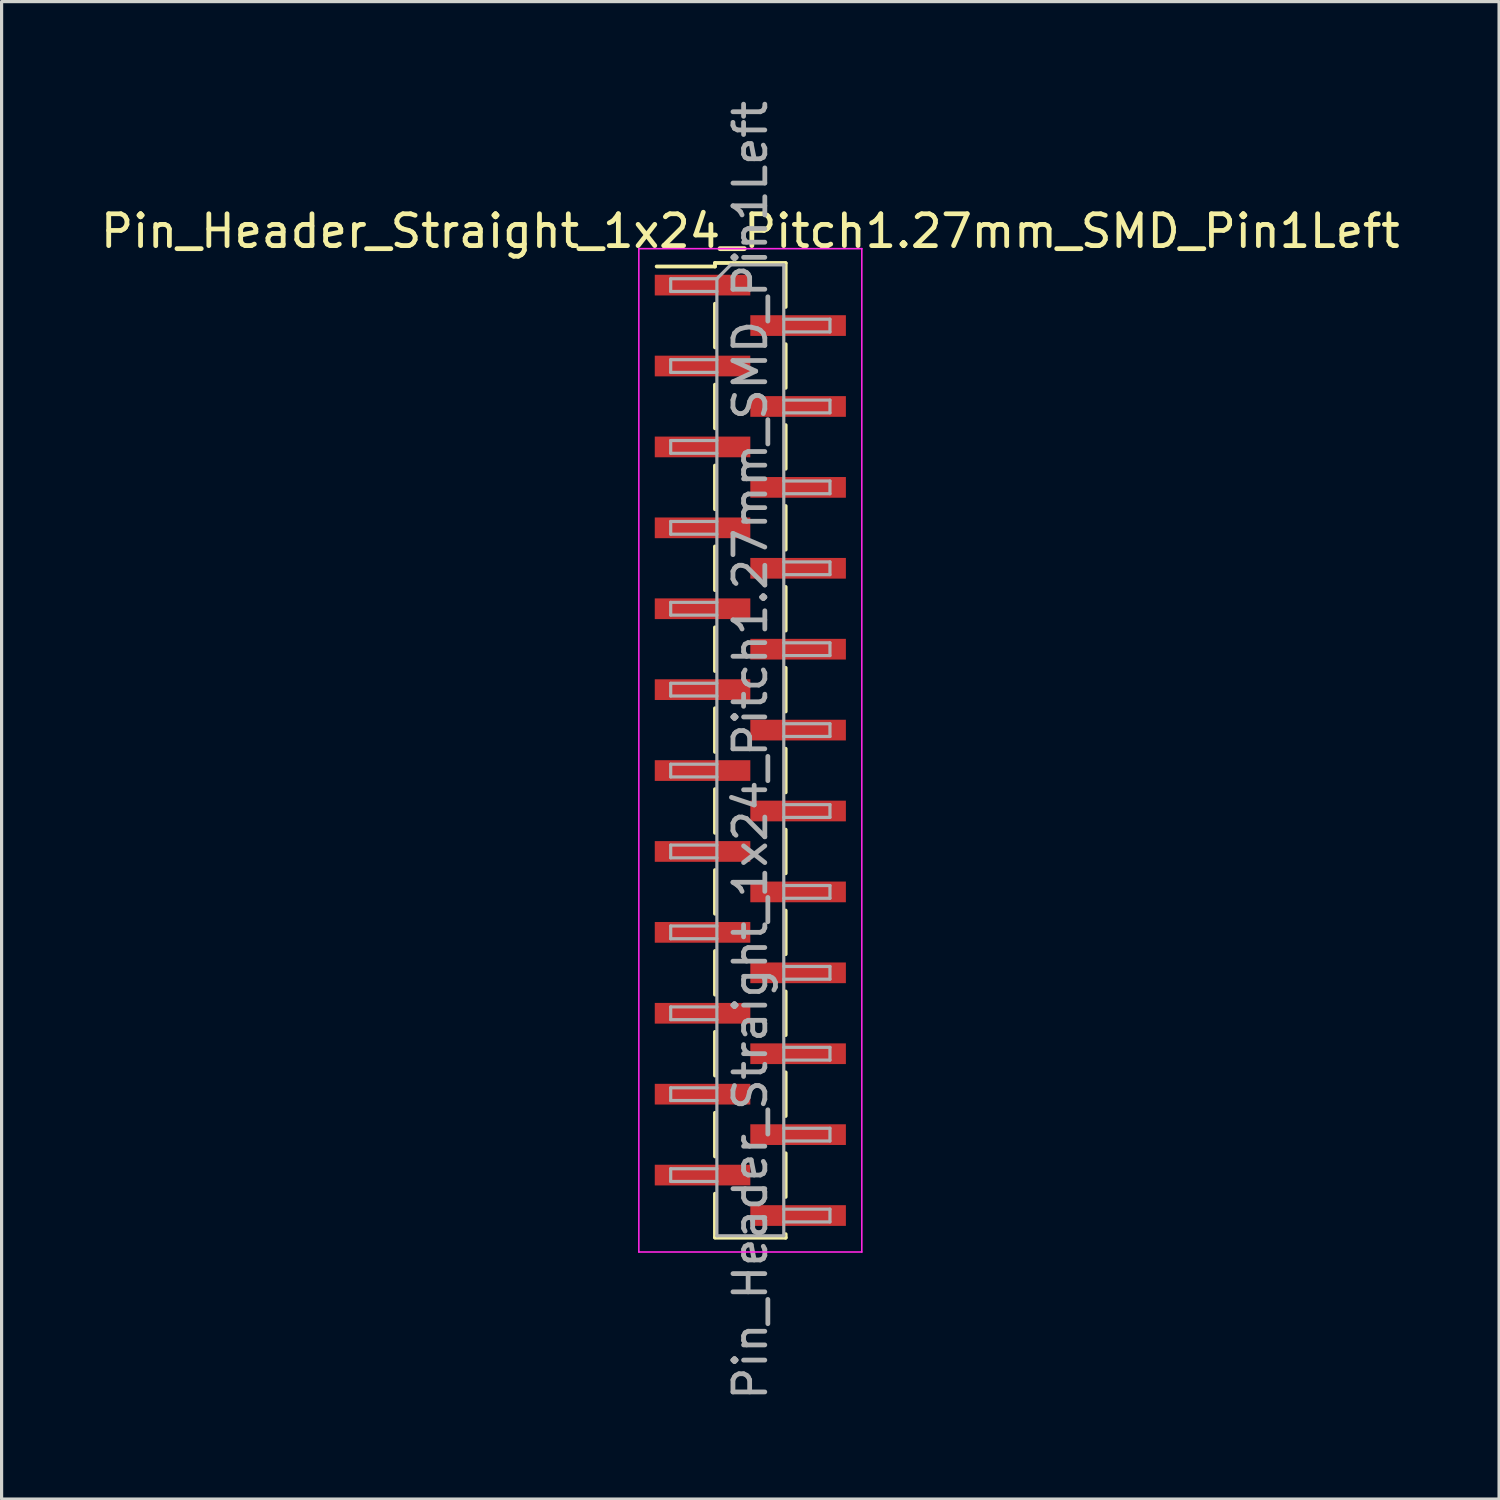
<source format=kicad_pcb>
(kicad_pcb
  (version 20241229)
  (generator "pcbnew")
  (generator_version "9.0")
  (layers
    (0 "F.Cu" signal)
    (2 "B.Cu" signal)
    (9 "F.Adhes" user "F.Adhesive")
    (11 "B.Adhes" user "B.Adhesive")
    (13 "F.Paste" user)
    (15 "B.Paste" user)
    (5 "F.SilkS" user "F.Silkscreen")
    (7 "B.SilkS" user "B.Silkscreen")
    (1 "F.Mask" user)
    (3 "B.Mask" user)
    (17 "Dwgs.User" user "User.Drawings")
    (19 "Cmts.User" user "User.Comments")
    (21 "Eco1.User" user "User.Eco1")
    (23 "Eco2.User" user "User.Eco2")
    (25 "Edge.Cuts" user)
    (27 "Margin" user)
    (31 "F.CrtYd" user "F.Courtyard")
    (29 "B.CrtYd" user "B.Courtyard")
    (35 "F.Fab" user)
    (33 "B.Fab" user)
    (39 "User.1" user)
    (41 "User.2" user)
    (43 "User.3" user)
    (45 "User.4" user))
  (footprint "Pin_Header_Straight_1x24_Pitch1.27mm_SMD_Pin1Left"
    (layer "F.Cu")
    (at 20.506 20.506)
    (property "Reference" "Pin_Header_Straight_1x24_Pitch1.27mm_SMD_Pin1Left" (at 0 -16.3 0) (layer "F.SilkS") (effects (font (size 1 1) (thickness 0.15))))
    (attr smd)
    (fp_line (start -1.11 -15.3) (end -1.11 -15.19) (stroke (width 0.12) (type solid)) (layer "F.SilkS"))
    (fp_line (start -1.11 -15.3) (end 1.11 -15.3) (stroke (width 0.12) (type solid)) (layer "F.SilkS"))
    (fp_line (start -1.11 -15.19) (end -2.94 -15.19) (stroke (width 0.12) (type solid)) (layer "F.SilkS"))
    (fp_line (start -1.11 -14.02) (end -1.11 -12.65) (stroke (width 0.12) (type solid)) (layer "F.SilkS"))
    (fp_line (start -1.11 -11.48) (end -1.11 -10.11) (stroke (width 0.12) (type solid)) (layer "F.SilkS"))
    (fp_line (start -1.11 -8.94) (end -1.11 -7.57) (stroke (width 0.12) (type solid)) (layer "F.SilkS"))
    (fp_line (start -1.11 -6.4) (end -1.11 -5.03) (stroke (width 0.12) (type solid)) (layer "F.SilkS"))
    (fp_line (start -1.11 -3.86) (end -1.11 -2.49) (stroke (width 0.12) (type solid)) (layer "F.SilkS"))
    (fp_line (start -1.11 -1.32) (end -1.11 0.05) (stroke (width 0.12) (type solid)) (layer "F.SilkS"))
    (fp_line (start -1.11 1.22) (end -1.11 2.59) (stroke (width 0.12) (type solid)) (layer "F.SilkS"))
    (fp_line (start -1.11 3.76) (end -1.11 5.13) (stroke (width 0.12) (type solid)) (layer "F.SilkS"))
    (fp_line (start -1.11 6.3) (end -1.11 7.67) (stroke (width 0.12) (type solid)) (layer "F.SilkS"))
    (fp_line (start -1.11 8.84) (end -1.11 10.21) (stroke (width 0.12) (type solid)) (layer "F.SilkS"))
    (fp_line (start -1.11 11.38) (end -1.11 12.75) (stroke (width 0.12) (type solid)) (layer "F.SilkS"))
    (fp_line (start -1.11 13.92) (end -1.11 15.29) (stroke (width 0.12) (type solid)) (layer "F.SilkS"))
    (fp_line (start -1.11 15.3) (end 1.11 15.3) (stroke (width 0.12) (type solid)) (layer "F.SilkS"))
    (fp_line (start 1.11 -15.29) (end 1.11 -13.92) (stroke (width 0.12) (type solid)) (layer "F.SilkS"))
    (fp_line (start 1.11 -12.75) (end 1.11 -11.38) (stroke (width 0.12) (type solid)) (layer "F.SilkS"))
    (fp_line (start 1.11 -10.21) (end 1.11 -8.84) (stroke (width 0.12) (type solid)) (layer "F.SilkS"))
    (fp_line (start 1.11 -7.67) (end 1.11 -6.3) (stroke (width 0.12) (type solid)) (layer "F.SilkS"))
    (fp_line (start 1.11 -5.13) (end 1.11 -3.76) (stroke (width 0.12) (type solid)) (layer "F.SilkS"))
    (fp_line (start 1.11 -2.59) (end 1.11 -1.22) (stroke (width 0.12) (type solid)) (layer "F.SilkS"))
    (fp_line (start 1.11 -0.05) (end 1.11 1.32) (stroke (width 0.12) (type solid)) (layer "F.SilkS"))
    (fp_line (start 1.11 2.49) (end 1.11 3.86) (stroke (width 0.12) (type solid)) (layer "F.SilkS"))
    (fp_line (start 1.11 5.03) (end 1.11 6.4) (stroke (width 0.12) (type solid)) (layer "F.SilkS"))
    (fp_line (start 1.11 7.57) (end 1.11 8.94) (stroke (width 0.12) (type solid)) (layer "F.SilkS"))
    (fp_line (start 1.11 10.11) (end 1.11 11.48) (stroke (width 0.12) (type solid)) (layer "F.SilkS"))
    (fp_line (start 1.11 12.65) (end 1.11 14.02) (stroke (width 0.12) (type solid)) (layer "F.SilkS"))
    (fp_line (start 1.11 15.19) (end 1.11 15.3) (stroke (width 0.12) (type solid)) (layer "F.SilkS"))
    (fp_line (start -3.5 -15.75) (end -3.5 15.75) (stroke (width 0.05) (type solid)) (layer "F.CrtYd"))
    (fp_line (start -3.5 15.75) (end 3.5 15.75) (stroke (width 0.05) (type solid)) (layer "F.CrtYd"))
    (fp_line (start 3.5 -15.75) (end -3.5 -15.75) (stroke (width 0.05) (type solid)) (layer "F.CrtYd"))
    (fp_line (start 3.5 15.75) (end 3.5 -15.75) (stroke (width 0.05) (type solid)) (layer "F.CrtYd"))
    (fp_line (start -2.5 -14.805) (end -2.5 -14.405) (stroke (width 0.1) (type solid)) (layer "F.Fab"))
    (fp_line (start -2.5 -14.405) (end -1.05 -14.405) (stroke (width 0.1) (type solid)) (layer "F.Fab"))
    (fp_line (start -2.5 -12.265) (end -2.5 -11.865) (stroke (width 0.1) (type solid)) (layer "F.Fab"))
    (fp_line (start -2.5 -11.865) (end -1.05 -11.865) (stroke (width 0.1) (type solid)) (layer "F.Fab"))
    (fp_line (start -2.5 -9.725) (end -2.5 -9.325) (stroke (width 0.1) (type solid)) (layer "F.Fab"))
    (fp_line (start -2.5 -9.325) (end -1.05 -9.325) (stroke (width 0.1) (type solid)) (layer "F.Fab"))
    (fp_line (start -2.5 -7.185) (end -2.5 -6.785) (stroke (width 0.1) (type solid)) (layer "F.Fab"))
    (fp_line (start -2.5 -6.785) (end -1.05 -6.785) (stroke (width 0.1) (type solid)) (layer "F.Fab"))
    (fp_line (start -2.5 -4.645) (end -2.5 -4.245) (stroke (width 0.1) (type solid)) (layer "F.Fab"))
    (fp_line (start -2.5 -4.245) (end -1.05 -4.245) (stroke (width 0.1) (type solid)) (layer "F.Fab"))
    (fp_line (start -2.5 -2.105) (end -2.5 -1.705) (stroke (width 0.1) (type solid)) (layer "F.Fab"))
    (fp_line (start -2.5 -1.705) (end -1.05 -1.705) (stroke (width 0.1) (type solid)) (layer "F.Fab"))
    (fp_line (start -2.5 0.435) (end -2.5 0.835) (stroke (width 0.1) (type solid)) (layer "F.Fab"))
    (fp_line (start -2.5 0.835) (end -1.05 0.835) (stroke (width 0.1) (type solid)) (layer "F.Fab"))
    (fp_line (start -2.5 2.975) (end -2.5 3.375) (stroke (width 0.1) (type solid)) (layer "F.Fab"))
    (fp_line (start -2.5 3.375) (end -1.05 3.375) (stroke (width 0.1) (type solid)) (layer "F.Fab"))
    (fp_line (start -2.5 5.515) (end -2.5 5.915) (stroke (width 0.1) (type solid)) (layer "F.Fab"))
    (fp_line (start -2.5 5.915) (end -1.05 5.915) (stroke (width 0.1) (type solid)) (layer "F.Fab"))
    (fp_line (start -2.5 8.055) (end -2.5 8.455) (stroke (width 0.1) (type solid)) (layer "F.Fab"))
    (fp_line (start -2.5 8.455) (end -1.05 8.455) (stroke (width 0.1) (type solid)) (layer "F.Fab"))
    (fp_line (start -2.5 10.595) (end -2.5 10.995) (stroke (width 0.1) (type solid)) (layer "F.Fab"))
    (fp_line (start -2.5 10.995) (end -1.05 10.995) (stroke (width 0.1) (type solid)) (layer "F.Fab"))
    (fp_line (start -2.5 13.135) (end -2.5 13.535) (stroke (width 0.1) (type solid)) (layer "F.Fab"))
    (fp_line (start -2.5 13.535) (end -1.05 13.535) (stroke (width 0.1) (type solid)) (layer "F.Fab"))
    (fp_line (start -1.05 -14.805) (end -2.5 -14.805) (stroke (width 0.1) (type solid)) (layer "F.Fab"))
    (fp_line (start -1.05 -14.805) (end -0.615 -15.24) (stroke (width 0.1) (type solid)) (layer "F.Fab"))
    (fp_line (start -1.05 -12.265) (end -2.5 -12.265) (stroke (width 0.1) (type solid)) (layer "F.Fab"))
    (fp_line (start -1.05 -9.725) (end -2.5 -9.725) (stroke (width 0.1) (type solid)) (layer "F.Fab"))
    (fp_line (start -1.05 -7.185) (end -2.5 -7.185) (stroke (width 0.1) (type solid)) (layer "F.Fab"))
    (fp_line (start -1.05 -4.645) (end -2.5 -4.645) (stroke (width 0.1) (type solid)) (layer "F.Fab"))
    (fp_line (start -1.05 -2.105) (end -2.5 -2.105) (stroke (width 0.1) (type solid)) (layer "F.Fab"))
    (fp_line (start -1.05 0.435) (end -2.5 0.435) (stroke (width 0.1) (type solid)) (layer "F.Fab"))
    (fp_line (start -1.05 2.975) (end -2.5 2.975) (stroke (width 0.1) (type solid)) (layer "F.Fab"))
    (fp_line (start -1.05 5.515) (end -2.5 5.515) (stroke (width 0.1) (type solid)) (layer "F.Fab"))
    (fp_line (start -1.05 8.055) (end -2.5 8.055) (stroke (width 0.1) (type solid)) (layer "F.Fab"))
    (fp_line (start -1.05 10.595) (end -2.5 10.595) (stroke (width 0.1) (type solid)) (layer "F.Fab"))
    (fp_line (start -1.05 13.135) (end -2.5 13.135) (stroke (width 0.1) (type solid)) (layer "F.Fab"))
    (fp_line (start -1.05 15.24) (end -1.05 -14.805) (stroke (width 0.1) (type solid)) (layer "F.Fab"))
    (fp_line (start -0.615 -15.24) (end 1.05 -15.24) (stroke (width 0.1) (type solid)) (layer "F.Fab"))
    (fp_line (start 1.05 -15.24) (end 1.05 15.24) (stroke (width 0.1) (type solid)) (layer "F.Fab"))
    (fp_line (start 1.05 -13.535) (end 2.5 -13.535) (stroke (width 0.1) (type solid)) (layer "F.Fab"))
    (fp_line (start 1.05 -10.995) (end 2.5 -10.995) (stroke (width 0.1) (type solid)) (layer "F.Fab"))
    (fp_line (start 1.05 -8.455) (end 2.5 -8.455) (stroke (width 0.1) (type solid)) (layer "F.Fab"))
    (fp_line (start 1.05 -5.915) (end 2.5 -5.915) (stroke (width 0.1) (type solid)) (layer "F.Fab"))
    (fp_line (start 1.05 -3.375) (end 2.5 -3.375) (stroke (width 0.1) (type solid)) (layer "F.Fab"))
    (fp_line (start 1.05 -0.835) (end 2.5 -0.835) (stroke (width 0.1) (type solid)) (layer "F.Fab"))
    (fp_line (start 1.05 1.705) (end 2.5 1.705) (stroke (width 0.1) (type solid)) (layer "F.Fab"))
    (fp_line (start 1.05 4.245) (end 2.5 4.245) (stroke (width 0.1) (type solid)) (layer "F.Fab"))
    (fp_line (start 1.05 6.785) (end 2.5 6.785) (stroke (width 0.1) (type solid)) (layer "F.Fab"))
    (fp_line (start 1.05 9.325) (end 2.5 9.325) (stroke (width 0.1) (type solid)) (layer "F.Fab"))
    (fp_line (start 1.05 11.865) (end 2.5 11.865) (stroke (width 0.1) (type solid)) (layer "F.Fab"))
    (fp_line (start 1.05 14.405) (end 2.5 14.405) (stroke (width 0.1) (type solid)) (layer "F.Fab"))
    (fp_line (start 1.05 15.24) (end -1.05 15.24) (stroke (width 0.1) (type solid)) (layer "F.Fab"))
    (fp_line (start 2.5 -13.535) (end 2.5 -13.135) (stroke (width 0.1) (type solid)) (layer "F.Fab"))
    (fp_line (start 2.5 -13.135) (end 1.05 -13.135) (stroke (width 0.1) (type solid)) (layer "F.Fab"))
    (fp_line (start 2.5 -10.995) (end 2.5 -10.595) (stroke (width 0.1) (type solid)) (layer "F.Fab"))
    (fp_line (start 2.5 -10.595) (end 1.05 -10.595) (stroke (width 0.1) (type solid)) (layer "F.Fab"))
    (fp_line (start 2.5 -8.455) (end 2.5 -8.055) (stroke (width 0.1) (type solid)) (layer "F.Fab"))
    (fp_line (start 2.5 -8.055) (end 1.05 -8.055) (stroke (width 0.1) (type solid)) (layer "F.Fab"))
    (fp_line (start 2.5 -5.915) (end 2.5 -5.515) (stroke (width 0.1) (type solid)) (layer "F.Fab"))
    (fp_line (start 2.5 -5.515) (end 1.05 -5.515) (stroke (width 0.1) (type solid)) (layer "F.Fab"))
    (fp_line (start 2.5 -3.375) (end 2.5 -2.975) (stroke (width 0.1) (type solid)) (layer "F.Fab"))
    (fp_line (start 2.5 -2.975) (end 1.05 -2.975) (stroke (width 0.1) (type solid)) (layer "F.Fab"))
    (fp_line (start 2.5 -0.835) (end 2.5 -0.435) (stroke (width 0.1) (type solid)) (layer "F.Fab"))
    (fp_line (start 2.5 -0.435) (end 1.05 -0.435) (stroke (width 0.1) (type solid)) (layer "F.Fab"))
    (fp_line (start 2.5 1.705) (end 2.5 2.105) (stroke (width 0.1) (type solid)) (layer "F.Fab"))
    (fp_line (start 2.5 2.105) (end 1.05 2.105) (stroke (width 0.1) (type solid)) (layer "F.Fab"))
    (fp_line (start 2.5 4.245) (end 2.5 4.645) (stroke (width 0.1) (type solid)) (layer "F.Fab"))
    (fp_line (start 2.5 4.645) (end 1.05 4.645) (stroke (width 0.1) (type solid)) (layer "F.Fab"))
    (fp_line (start 2.5 6.785) (end 2.5 7.185) (stroke (width 0.1) (type solid)) (layer "F.Fab"))
    (fp_line (start 2.5 7.185) (end 1.05 7.185) (stroke (width 0.1) (type solid)) (layer "F.Fab"))
    (fp_line (start 2.5 9.325) (end 2.5 9.725) (stroke (width 0.1) (type solid)) (layer "F.Fab"))
    (fp_line (start 2.5 9.725) (end 1.05 9.725) (stroke (width 0.1) (type solid)) (layer "F.Fab"))
    (fp_line (start 2.5 11.865) (end 2.5 12.265) (stroke (width 0.1) (type solid)) (layer "F.Fab"))
    (fp_line (start 2.5 12.265) (end 1.05 12.265) (stroke (width 0.1) (type solid)) (layer "F.Fab"))
    (fp_line (start 2.5 14.405) (end 2.5 14.805) (stroke (width 0.1) (type solid)) (layer "F.Fab"))
    (fp_line (start 2.5 14.805) (end 1.05 14.805) (stroke (width 0.1) (type solid)) (layer "F.Fab"))
    (fp_text user "${REFERENCE}" (at 0 0 90) (layer "F.Fab") (effects (font (size 1 1) (thickness 0.15))))
    (pad "1" smd rect (at -1.5 -14.605) (size 3 0.65) (layers "F.Cu" "F.Mask" "F.Paste"))
    (pad "2" smd rect (at 1.5 -13.335) (size 3 0.65) (layers "F.Cu" "F.Mask" "F.Paste"))
    (pad "3" smd rect (at -1.5 -12.065) (size 3 0.65) (layers "F.Cu" "F.Mask" "F.Paste"))
    (pad "4" smd rect (at 1.5 -10.795) (size 3 0.65) (layers "F.Cu" "F.Mask" "F.Paste"))
    (pad "5" smd rect (at -1.5 -9.525) (size 3 0.65) (layers "F.Cu" "F.Mask" "F.Paste"))
    (pad "6" smd rect (at 1.5 -8.255) (size 3 0.65) (layers "F.Cu" "F.Mask" "F.Paste"))
    (pad "7" smd rect (at -1.5 -6.985) (size 3 0.65) (layers "F.Cu" "F.Mask" "F.Paste"))
    (pad "8" smd rect (at 1.5 -5.715) (size 3 0.65) (layers "F.Cu" "F.Mask" "F.Paste"))
    (pad "9" smd rect (at -1.5 -4.445) (size 3 0.65) (layers "F.Cu" "F.Mask" "F.Paste"))
    (pad "10" smd rect (at 1.5 -3.175) (size 3 0.65) (layers "F.Cu" "F.Mask" "F.Paste"))
    (pad "11" smd rect (at -1.5 -1.905) (size 3 0.65) (layers "F.Cu" "F.Mask" "F.Paste"))
    (pad "12" smd rect (at 1.5 -0.635) (size 3 0.65) (layers "F.Cu" "F.Mask" "F.Paste"))
    (pad "13" smd rect (at -1.5 0.635) (size 3 0.65) (layers "F.Cu" "F.Mask" "F.Paste"))
    (pad "14" smd rect (at 1.5 1.905) (size 3 0.65) (layers "F.Cu" "F.Mask" "F.Paste"))
    (pad "15" smd rect (at -1.5 3.175) (size 3 0.65) (layers "F.Cu" "F.Mask" "F.Paste"))
    (pad "16" smd rect (at 1.5 4.445) (size 3 0.65) (layers "F.Cu" "F.Mask" "F.Paste"))
    (pad "17" smd rect (at -1.5 5.715) (size 3 0.65) (layers "F.Cu" "F.Mask" "F.Paste"))
    (pad "18" smd rect (at 1.5 6.985) (size 3 0.65) (layers "F.Cu" "F.Mask" "F.Paste"))
    (pad "19" smd rect (at -1.5 8.255) (size 3 0.65) (layers "F.Cu" "F.Mask" "F.Paste"))
    (pad "20" smd rect (at 1.5 9.525) (size 3 0.65) (layers "F.Cu" "F.Mask" "F.Paste"))
    (pad "21" smd rect (at -1.5 10.795) (size 3 0.65) (layers "F.Cu" "F.Mask" "F.Paste"))
    (pad "22" smd rect (at 1.5 12.065) (size 3 0.65) (layers "F.Cu" "F.Mask" "F.Paste"))
    (pad "23" smd rect (at -1.5 13.335) (size 3 0.65) (layers "F.Cu" "F.Mask" "F.Paste"))
    (pad "24" smd rect (at 1.5 14.605) (size 3 0.65) (layers "F.Cu" "F.Mask" "F.Paste")))
  (gr_rect
    (start -3 -3)
    (end 44.012 44.012)
    (stroke (width 0.1) (type default))
    (fill no)
    (layer "Edge.Cuts")))
</source>
